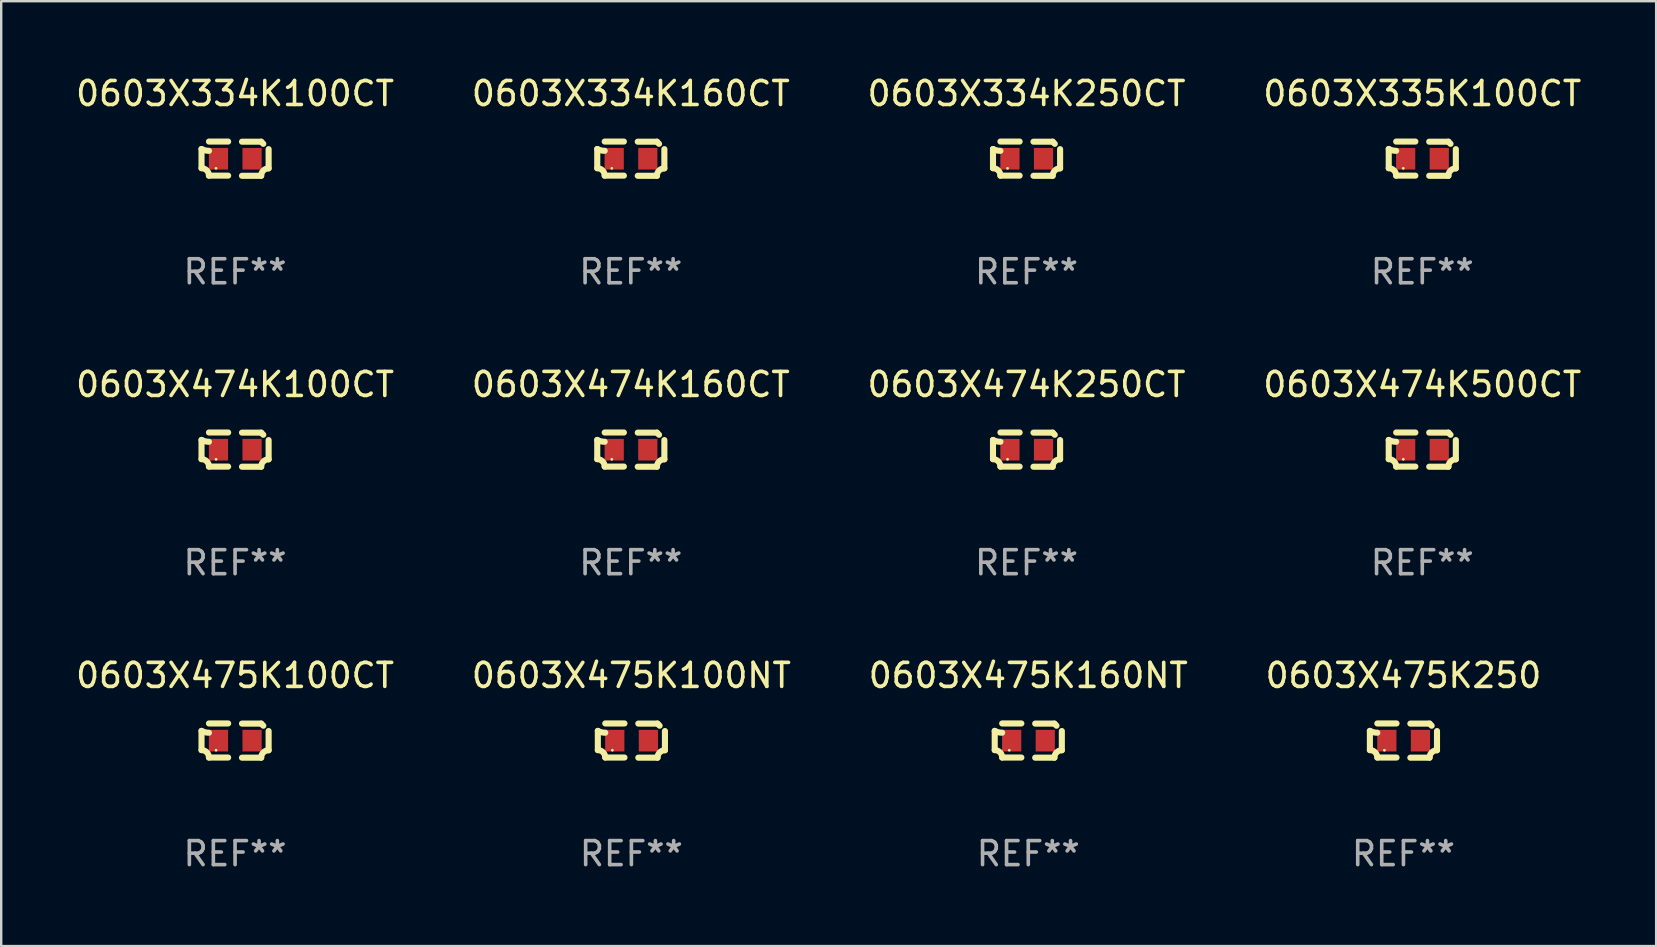
<source format=kicad_pcb>
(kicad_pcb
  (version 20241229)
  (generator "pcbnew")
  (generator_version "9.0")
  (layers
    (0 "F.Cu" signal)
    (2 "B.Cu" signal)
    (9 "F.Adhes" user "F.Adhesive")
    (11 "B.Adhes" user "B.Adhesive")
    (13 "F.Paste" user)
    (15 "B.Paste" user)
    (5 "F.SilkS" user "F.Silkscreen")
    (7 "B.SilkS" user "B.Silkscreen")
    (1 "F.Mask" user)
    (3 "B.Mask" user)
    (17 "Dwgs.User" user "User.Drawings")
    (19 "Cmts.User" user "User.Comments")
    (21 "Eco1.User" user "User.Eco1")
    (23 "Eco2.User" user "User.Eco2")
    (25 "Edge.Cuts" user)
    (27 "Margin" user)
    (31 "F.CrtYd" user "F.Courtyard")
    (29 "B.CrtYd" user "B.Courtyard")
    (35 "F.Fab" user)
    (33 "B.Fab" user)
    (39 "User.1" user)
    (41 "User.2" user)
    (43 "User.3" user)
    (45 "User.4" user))
  (footprint "0603X474K160CT"
    (layer "F.Cu")
    (at 23.232 15.683)
    (property "Reference" "0603X474K160CT" (at 0 -2.713 0) (layer "F.SilkS") (effects (font (size 1 1) (thickness 0.15))))
    (attr through_hole)
    (fp_line (start -1.398 -0.403) (end -1.398 0.397) (stroke (width 0.254) (type solid)) (layer "F.SilkS"))
    (fp_line (start -0.288 -0.713) (end -1.088 -0.713) (stroke (width 0.254) (type solid)) (layer "F.SilkS"))
    (fp_line (start -0.288 0.707) (end -1.088 0.707) (stroke (width 0.254) (type solid)) (layer "F.SilkS"))
    (fp_line (start 0.288 -0.707) (end 1.088 -0.707) (stroke (width 0.254) (type solid)) (layer "F.SilkS"))
    (fp_line (start 0.288 0.713) (end 1.088 0.713) (stroke (width 0.254) (type solid)) (layer "F.SilkS"))
    (fp_line (start 1.398 -0.397) (end 1.398 0.403) (stroke (width 0.254) (type solid)) (layer "F.SilkS"))
    (fp_arc (start -1.397789 0.397066) (mid -1.178701 0.487826) (end -1.08796 0.706922) (stroke (width 0.254001) (type solid)) (layer "F.SilkS"))
    (fp_arc (start -1.08796 -0.327176) (mid -1.247436 -0.346384) (end -1.39779 -0.402908) (stroke (width 0.254001) (type solid)) (layer "F.SilkS"))
    (fp_arc (start 1.087909 0.712738) (mid 1.178656 0.493655) (end 1.397739 0.402908) (stroke (width 0.254001) (type solid)) (layer "F.SilkS"))
    (fp_arc (start 1.175925 -0.618926) (mid 1.131917 -0.662923) (end 1.08791 -0.706922) (stroke (width 0.254001) (type solid)) (layer "F.SilkS"))
    (fp_circle (center -0.792 0.403) (end -0.762 0.403) (stroke (width 0.06) (type solid)) (fill no) (layer "F.SilkS"))
    (fp_text user "REF**" (at 0 4.713 0) (layer "F.Fab") (effects (font (size 1 1) (thickness 0.15))))
    (pad "1" smd rect (at -0.692 0.003) (size 0.8 0.9) (layers "F.Cu" "F.Mask" "F.Paste"))
    (pad "2" smd rect (at 0.708 0.003) (size 0.8 0.9) (layers "F.Cu" "F.Mask" "F.Paste")))
  (footprint "0603X334K100CT"
    (layer "F.Cu")
    (at 6.744 3.561)
    (property "Reference" "0603X334K100CT" (at 0 -2.713 0) (layer "F.SilkS") (effects (font (size 1 1) (thickness 0.15))))
    (attr through_hole)
    (fp_line (start -1.398 -0.403) (end -1.398 0.397) (stroke (width 0.254) (type solid)) (layer "F.SilkS"))
    (fp_line (start -0.288 -0.713) (end -1.088 -0.713) (stroke (width 0.254) (type solid)) (layer "F.SilkS"))
    (fp_line (start -0.288 0.707) (end -1.088 0.707) (stroke (width 0.254) (type solid)) (layer "F.SilkS"))
    (fp_line (start 0.288 -0.707) (end 1.088 -0.707) (stroke (width 0.254) (type solid)) (layer "F.SilkS"))
    (fp_line (start 0.288 0.713) (end 1.088 0.713) (stroke (width 0.254) (type solid)) (layer "F.SilkS"))
    (fp_line (start 1.398 -0.397) (end 1.398 0.403) (stroke (width 0.254) (type solid)) (layer "F.SilkS"))
    (fp_arc (start -1.397789 0.397066) (mid -1.178701 0.487826) (end -1.08796 0.706922) (stroke (width 0.254001) (type solid)) (layer "F.SilkS"))
    (fp_arc (start -1.08796 -0.327176) (mid -1.247436 -0.346384) (end -1.39779 -0.402908) (stroke (width 0.254001) (type solid)) (layer "F.SilkS"))
    (fp_arc (start 1.087909 0.712738) (mid 1.178656 0.493655) (end 1.397739 0.402908) (stroke (width 0.254001) (type solid)) (layer "F.SilkS"))
    (fp_arc (start 1.175925 -0.618926) (mid 1.131917 -0.662923) (end 1.08791 -0.706922) (stroke (width 0.254001) (type solid)) (layer "F.SilkS"))
    (fp_circle (center -0.792 0.403) (end -0.762 0.403) (stroke (width 0.06) (type solid)) (fill no) (layer "F.SilkS"))
    (fp_text user "REF**" (at 0 4.713 0) (layer "F.Fab") (effects (font (size 1 1) (thickness 0.15))))
    (pad "1" smd rect (at -0.692 0.003) (size 0.8 0.9) (layers "F.Cu" "F.Mask" "F.Paste"))
    (pad "2" smd rect (at 0.708 0.003) (size 0.8 0.9) (layers "F.Cu" "F.Mask" "F.Paste")))
  (footprint "0603X334K250CT"
    (layer "F.Cu")
    (at 39.72 3.561)
    (property "Reference" "0603X334K250CT" (at 0 -2.713 0) (layer "F.SilkS") (effects (font (size 1 1) (thickness 0.15))))
    (attr through_hole)
    (fp_line (start -1.398 -0.403) (end -1.398 0.397) (stroke (width 0.254) (type solid)) (layer "F.SilkS"))
    (fp_line (start -0.288 -0.713) (end -1.088 -0.713) (stroke (width 0.254) (type solid)) (layer "F.SilkS"))
    (fp_line (start -0.288 0.707) (end -1.088 0.707) (stroke (width 0.254) (type solid)) (layer "F.SilkS"))
    (fp_line (start 0.288 -0.707) (end 1.088 -0.707) (stroke (width 0.254) (type solid)) (layer "F.SilkS"))
    (fp_line (start 0.288 0.713) (end 1.088 0.713) (stroke (width 0.254) (type solid)) (layer "F.SilkS"))
    (fp_line (start 1.398 -0.397) (end 1.398 0.403) (stroke (width 0.254) (type solid)) (layer "F.SilkS"))
    (fp_arc (start -1.397789 0.397066) (mid -1.178701 0.487826) (end -1.08796 0.706922) (stroke (width 0.254001) (type solid)) (layer "F.SilkS"))
    (fp_arc (start -1.08796 -0.327176) (mid -1.247436 -0.346384) (end -1.39779 -0.402908) (stroke (width 0.254001) (type solid)) (layer "F.SilkS"))
    (fp_arc (start 1.087909 0.712738) (mid 1.178656 0.493655) (end 1.397739 0.402908) (stroke (width 0.254001) (type solid)) (layer "F.SilkS"))
    (fp_arc (start 1.175925 -0.618926) (mid 1.131917 -0.662923) (end 1.08791 -0.706922) (stroke (width 0.254001) (type solid)) (layer "F.SilkS"))
    (fp_circle (center -0.792 0.403) (end -0.762 0.403) (stroke (width 0.06) (type solid)) (fill no) (layer "F.SilkS"))
    (fp_text user "REF**" (at 0 4.713 0) (layer "F.Fab") (effects (font (size 1 1) (thickness 0.15))))
    (pad "1" smd rect (at -0.692 0.003) (size 0.8 0.9) (layers "F.Cu" "F.Mask" "F.Paste"))
    (pad "2" smd rect (at 0.708 0.003) (size 0.8 0.9) (layers "F.Cu" "F.Mask" "F.Paste")))
  (footprint "0603X475K100CT"
    (layer "F.Cu")
    (at 6.744 27.805)
    (property "Reference" "0603X475K100CT" (at 0 -2.713 0) (layer "F.SilkS") (effects (font (size 1 1) (thickness 0.15))))
    (attr through_hole)
    (fp_line (start -1.398 -0.403) (end -1.398 0.397) (stroke (width 0.254) (type solid)) (layer "F.SilkS"))
    (fp_line (start -0.288 -0.713) (end -1.088 -0.713) (stroke (width 0.254) (type solid)) (layer "F.SilkS"))
    (fp_line (start -0.288 0.707) (end -1.088 0.707) (stroke (width 0.254) (type solid)) (layer "F.SilkS"))
    (fp_line (start 0.288 -0.707) (end 1.088 -0.707) (stroke (width 0.254) (type solid)) (layer "F.SilkS"))
    (fp_line (start 0.288 0.713) (end 1.088 0.713) (stroke (width 0.254) (type solid)) (layer "F.SilkS"))
    (fp_line (start 1.398 -0.397) (end 1.398 0.403) (stroke (width 0.254) (type solid)) (layer "F.SilkS"))
    (fp_arc (start -1.397789 0.397066) (mid -1.178701 0.487826) (end -1.08796 0.706922) (stroke (width 0.254001) (type solid)) (layer "F.SilkS"))
    (fp_arc (start -1.08796 -0.327176) (mid -1.247436 -0.346384) (end -1.39779 -0.402908) (stroke (width 0.254001) (type solid)) (layer "F.SilkS"))
    (fp_arc (start 1.087909 0.712738) (mid 1.178656 0.493655) (end 1.397739 0.402908) (stroke (width 0.254001) (type solid)) (layer "F.SilkS"))
    (fp_arc (start 1.175925 -0.618926) (mid 1.131917 -0.662923) (end 1.08791 -0.706922) (stroke (width 0.254001) (type solid)) (layer "F.SilkS"))
    (fp_circle (center -0.792 0.403) (end -0.762 0.403) (stroke (width 0.06) (type solid)) (fill no) (layer "F.SilkS"))
    (fp_text user "REF**" (at 0 4.713 0) (layer "F.Fab") (effects (font (size 1 1) (thickness 0.15))))
    (pad "1" smd rect (at -0.692 0.003) (size 0.8 0.9) (layers "F.Cu" "F.Mask" "F.Paste"))
    (pad "2" smd rect (at 0.708 0.003) (size 0.8 0.9) (layers "F.Cu" "F.Mask" "F.Paste")))
  (footprint "0603X475K160NT"
    (layer "F.Cu")
    (at 39.792 27.805)
    (property "Reference" "0603X475K160NT" (at 0 -2.713 0) (layer "F.SilkS") (effects (font (size 1 1) (thickness 0.15))))
    (attr through_hole)
    (fp_line (start -1.398 -0.403) (end -1.398 0.397) (stroke (width 0.254) (type solid)) (layer "F.SilkS"))
    (fp_line (start -0.288 -0.713) (end -1.088 -0.713) (stroke (width 0.254) (type solid)) (layer "F.SilkS"))
    (fp_line (start -0.288 0.707) (end -1.088 0.707) (stroke (width 0.254) (type solid)) (layer "F.SilkS"))
    (fp_line (start 0.288 -0.707) (end 1.088 -0.707) (stroke (width 0.254) (type solid)) (layer "F.SilkS"))
    (fp_line (start 0.288 0.713) (end 1.088 0.713) (stroke (width 0.254) (type solid)) (layer "F.SilkS"))
    (fp_line (start 1.398 -0.397) (end 1.398 0.403) (stroke (width 0.254) (type solid)) (layer "F.SilkS"))
    (fp_arc (start -1.397789 0.397066) (mid -1.178701 0.487826) (end -1.08796 0.706922) (stroke (width 0.254001) (type solid)) (layer "F.SilkS"))
    (fp_arc (start -1.08796 -0.327176) (mid -1.247436 -0.346384) (end -1.39779 -0.402908) (stroke (width 0.254001) (type solid)) (layer "F.SilkS"))
    (fp_arc (start 1.087909 0.712738) (mid 1.178656 0.493655) (end 1.397739 0.402908) (stroke (width 0.254001) (type solid)) (layer "F.SilkS"))
    (fp_arc (start 1.175925 -0.618926) (mid 1.131917 -0.662923) (end 1.08791 -0.706922) (stroke (width 0.254001) (type solid)) (layer "F.SilkS"))
    (fp_circle (center -0.792 0.403) (end -0.762 0.403) (stroke (width 0.06) (type solid)) (fill no) (layer "F.SilkS"))
    (fp_text user "REF**" (at 0 4.713 0) (layer "F.Fab") (effects (font (size 1 1) (thickness 0.15))))
    (pad "1" smd rect (at -0.692 0.003) (size 0.8 0.9) (layers "F.Cu" "F.Mask" "F.Paste"))
    (pad "2" smd rect (at 0.708 0.003) (size 0.8 0.9) (layers "F.Cu" "F.Mask" "F.Paste")))
  (footprint "0603X474K500CT"
    (layer "F.Cu")
    (at 56.208 15.683)
    (property "Reference" "0603X474K500CT" (at 0 -2.713 0) (layer "F.SilkS") (effects (font (size 1 1) (thickness 0.15))))
    (attr through_hole)
    (fp_line (start -1.398 -0.403) (end -1.398 0.397) (stroke (width 0.254) (type solid)) (layer "F.SilkS"))
    (fp_line (start -0.288 -0.713) (end -1.088 -0.713) (stroke (width 0.254) (type solid)) (layer "F.SilkS"))
    (fp_line (start -0.288 0.707) (end -1.088 0.707) (stroke (width 0.254) (type solid)) (layer "F.SilkS"))
    (fp_line (start 0.288 -0.707) (end 1.088 -0.707) (stroke (width 0.254) (type solid)) (layer "F.SilkS"))
    (fp_line (start 0.288 0.713) (end 1.088 0.713) (stroke (width 0.254) (type solid)) (layer "F.SilkS"))
    (fp_line (start 1.398 -0.397) (end 1.398 0.403) (stroke (width 0.254) (type solid)) (layer "F.SilkS"))
    (fp_arc (start -1.397789 0.397066) (mid -1.178701 0.487826) (end -1.08796 0.706922) (stroke (width 0.254001) (type solid)) (layer "F.SilkS"))
    (fp_arc (start -1.08796 -0.327176) (mid -1.247436 -0.346384) (end -1.39779 -0.402908) (stroke (width 0.254001) (type solid)) (layer "F.SilkS"))
    (fp_arc (start 1.087909 0.712738) (mid 1.178656 0.493655) (end 1.397739 0.402908) (stroke (width 0.254001) (type solid)) (layer "F.SilkS"))
    (fp_arc (start 1.175925 -0.618926) (mid 1.131917 -0.662923) (end 1.08791 -0.706922) (stroke (width 0.254001) (type solid)) (layer "F.SilkS"))
    (fp_circle (center -0.792 0.403) (end -0.762 0.403) (stroke (width 0.06) (type solid)) (fill no) (layer "F.SilkS"))
    (fp_text user "REF**" (at 0 4.713 0) (layer "F.Fab") (effects (font (size 1 1) (thickness 0.15))))
    (pad "1" smd rect (at -0.692 0.003) (size 0.8 0.9) (layers "F.Cu" "F.Mask" "F.Paste"))
    (pad "2" smd rect (at 0.708 0.003) (size 0.8 0.9) (layers "F.Cu" "F.Mask" "F.Paste")))
  (footprint "0603X474K250CT"
    (layer "F.Cu")
    (at 39.72 15.683)
    (property "Reference" "0603X474K250CT" (at 0 -2.713 0) (layer "F.SilkS") (effects (font (size 1 1) (thickness 0.15))))
    (attr through_hole)
    (fp_line (start -1.398 -0.403) (end -1.398 0.397) (stroke (width 0.254) (type solid)) (layer "F.SilkS"))
    (fp_line (start -0.288 -0.713) (end -1.088 -0.713) (stroke (width 0.254) (type solid)) (layer "F.SilkS"))
    (fp_line (start -0.288 0.707) (end -1.088 0.707) (stroke (width 0.254) (type solid)) (layer "F.SilkS"))
    (fp_line (start 0.288 -0.707) (end 1.088 -0.707) (stroke (width 0.254) (type solid)) (layer "F.SilkS"))
    (fp_line (start 0.288 0.713) (end 1.088 0.713) (stroke (width 0.254) (type solid)) (layer "F.SilkS"))
    (fp_line (start 1.398 -0.397) (end 1.398 0.403) (stroke (width 0.254) (type solid)) (layer "F.SilkS"))
    (fp_arc (start -1.397789 0.397066) (mid -1.178701 0.487826) (end -1.08796 0.706922) (stroke (width 0.254001) (type solid)) (layer "F.SilkS"))
    (fp_arc (start -1.08796 -0.327176) (mid -1.247436 -0.346384) (end -1.39779 -0.402908) (stroke (width 0.254001) (type solid)) (layer "F.SilkS"))
    (fp_arc (start 1.087909 0.712738) (mid 1.178656 0.493655) (end 1.397739 0.402908) (stroke (width 0.254001) (type solid)) (layer "F.SilkS"))
    (fp_arc (start 1.175925 -0.618926) (mid 1.131917 -0.662923) (end 1.08791 -0.706922) (stroke (width 0.254001) (type solid)) (layer "F.SilkS"))
    (fp_circle (center -0.792 0.403) (end -0.762 0.403) (stroke (width 0.06) (type solid)) (fill no) (layer "F.SilkS"))
    (fp_text user "REF**" (at 0 4.713 0) (layer "F.Fab") (effects (font (size 1 1) (thickness 0.15))))
    (pad "1" smd rect (at -0.692 0.003) (size 0.8 0.9) (layers "F.Cu" "F.Mask" "F.Paste"))
    (pad "2" smd rect (at 0.708 0.003) (size 0.8 0.9) (layers "F.Cu" "F.Mask" "F.Paste")))
  (footprint "0603X335K100CT"
    (layer "F.Cu")
    (at 56.208 3.561)
    (property "Reference" "0603X335K100CT" (at 0 -2.713 0) (layer "F.SilkS") (effects (font (size 1 1) (thickness 0.15))))
    (attr through_hole)
    (fp_line (start -1.398 -0.403) (end -1.398 0.397) (stroke (width 0.254) (type solid)) (layer "F.SilkS"))
    (fp_line (start -0.288 -0.713) (end -1.088 -0.713) (stroke (width 0.254) (type solid)) (layer "F.SilkS"))
    (fp_line (start -0.288 0.707) (end -1.088 0.707) (stroke (width 0.254) (type solid)) (layer "F.SilkS"))
    (fp_line (start 0.288 -0.707) (end 1.088 -0.707) (stroke (width 0.254) (type solid)) (layer "F.SilkS"))
    (fp_line (start 0.288 0.713) (end 1.088 0.713) (stroke (width 0.254) (type solid)) (layer "F.SilkS"))
    (fp_line (start 1.398 -0.397) (end 1.398 0.403) (stroke (width 0.254) (type solid)) (layer "F.SilkS"))
    (fp_arc (start -1.397789 0.397066) (mid -1.178701 0.487826) (end -1.08796 0.706922) (stroke (width 0.254001) (type solid)) (layer "F.SilkS"))
    (fp_arc (start -1.08796 -0.327176) (mid -1.247436 -0.346384) (end -1.39779 -0.402908) (stroke (width 0.254001) (type solid)) (layer "F.SilkS"))
    (fp_arc (start 1.087909 0.712738) (mid 1.178656 0.493655) (end 1.397739 0.402908) (stroke (width 0.254001) (type solid)) (layer "F.SilkS"))
    (fp_arc (start 1.175925 -0.618926) (mid 1.131917 -0.662923) (end 1.08791 -0.706922) (stroke (width 0.254001) (type solid)) (layer "F.SilkS"))
    (fp_circle (center -0.792 0.403) (end -0.762 0.403) (stroke (width 0.06) (type solid)) (fill no) (layer "F.SilkS"))
    (fp_text user "REF**" (at 0 4.713 0) (layer "F.Fab") (effects (font (size 1 1) (thickness 0.15))))
    (pad "1" smd rect (at -0.692 0.003) (size 0.8 0.9) (layers "F.Cu" "F.Mask" "F.Paste"))
    (pad "2" smd rect (at 0.708 0.003) (size 0.8 0.9) (layers "F.Cu" "F.Mask" "F.Paste")))
  (footprint "0603X475K100NT"
    (layer "F.Cu")
    (at 23.256 27.805)
    (property "Reference" "0603X475K100NT" (at 0 -2.713 0) (layer "F.SilkS") (effects (font (size 1 1) (thickness 0.15))))
    (attr through_hole)
    (fp_line (start -1.398 -0.403) (end -1.398 0.397) (stroke (width 0.254) (type solid)) (layer "F.SilkS"))
    (fp_line (start -0.288 -0.713) (end -1.088 -0.713) (stroke (width 0.254) (type solid)) (layer "F.SilkS"))
    (fp_line (start -0.288 0.707) (end -1.088 0.707) (stroke (width 0.254) (type solid)) (layer "F.SilkS"))
    (fp_line (start 0.288 -0.707) (end 1.088 -0.707) (stroke (width 0.254) (type solid)) (layer "F.SilkS"))
    (fp_line (start 0.288 0.713) (end 1.088 0.713) (stroke (width 0.254) (type solid)) (layer "F.SilkS"))
    (fp_line (start 1.398 -0.397) (end 1.398 0.403) (stroke (width 0.254) (type solid)) (layer "F.SilkS"))
    (fp_arc (start -1.397789 0.397066) (mid -1.178701 0.487826) (end -1.08796 0.706922) (stroke (width 0.254001) (type solid)) (layer "F.SilkS"))
    (fp_arc (start -1.08796 -0.327176) (mid -1.247436 -0.346384) (end -1.39779 -0.402908) (stroke (width 0.254001) (type solid)) (layer "F.SilkS"))
    (fp_arc (start 1.087909 0.712738) (mid 1.178656 0.493655) (end 1.397739 0.402908) (stroke (width 0.254001) (type solid)) (layer "F.SilkS"))
    (fp_arc (start 1.175925 -0.618926) (mid 1.131917 -0.662923) (end 1.08791 -0.706922) (stroke (width 0.254001) (type solid)) (layer "F.SilkS"))
    (fp_circle (center -0.792 0.403) (end -0.762 0.403) (stroke (width 0.06) (type solid)) (fill no) (layer "F.SilkS"))
    (fp_text user "REF**" (at 0 4.713 0) (layer "F.Fab") (effects (font (size 1 1) (thickness 0.15))))
    (pad "1" smd rect (at -0.692 0.003) (size 0.8 0.9) (layers "F.Cu" "F.Mask" "F.Paste"))
    (pad "2" smd rect (at 0.708 0.003) (size 0.8 0.9) (layers "F.Cu" "F.Mask" "F.Paste")))
  (footprint "0603X475K250"
    (layer "F.Cu")
    (at 55.423 27.805)
    (property "Reference" "0603X475K250" (at 0 -2.713 0) (layer "F.SilkS") (effects (font (size 1 1) (thickness 0.15))))
    (attr through_hole)
    (fp_line (start -1.398 -0.403) (end -1.398 0.397) (stroke (width 0.254) (type solid)) (layer "F.SilkS"))
    (fp_line (start -0.288 -0.713) (end -1.088 -0.713) (stroke (width 0.254) (type solid)) (layer "F.SilkS"))
    (fp_line (start -0.288 0.707) (end -1.088 0.707) (stroke (width 0.254) (type solid)) (layer "F.SilkS"))
    (fp_line (start 0.288 -0.707) (end 1.088 -0.707) (stroke (width 0.254) (type solid)) (layer "F.SilkS"))
    (fp_line (start 0.288 0.713) (end 1.088 0.713) (stroke (width 0.254) (type solid)) (layer "F.SilkS"))
    (fp_line (start 1.398 -0.397) (end 1.398 0.403) (stroke (width 0.254) (type solid)) (layer "F.SilkS"))
    (fp_arc (start -1.397789 0.397066) (mid -1.178701 0.487826) (end -1.08796 0.706922) (stroke (width 0.254001) (type solid)) (layer "F.SilkS"))
    (fp_arc (start -1.08796 -0.327176) (mid -1.247436 -0.346384) (end -1.39779 -0.402908) (stroke (width 0.254001) (type solid)) (layer "F.SilkS"))
    (fp_arc (start 1.087909 0.712738) (mid 1.178656 0.493655) (end 1.397739 0.402908) (stroke (width 0.254001) (type solid)) (layer "F.SilkS"))
    (fp_arc (start 1.175925 -0.618926) (mid 1.131917 -0.662923) (end 1.08791 -0.706922) (stroke (width 0.254001) (type solid)) (layer "F.SilkS"))
    (fp_circle (center -0.792 0.403) (end -0.762 0.403) (stroke (width 0.06) (type solid)) (fill no) (layer "F.SilkS"))
    (fp_text user "REF**" (at 0 4.713 0) (layer "F.Fab") (effects (font (size 1 1) (thickness 0.15))))
    (pad "1" smd rect (at -0.692 0.003) (size 0.8 0.9) (layers "F.Cu" "F.Mask" "F.Paste"))
    (pad "2" smd rect (at 0.708 0.003) (size 0.8 0.9) (layers "F.Cu" "F.Mask" "F.Paste")))
  (footprint "0603X334K160CT"
    (layer "F.Cu")
    (at 23.232 3.561)
    (property "Reference" "0603X334K160CT" (at 0 -2.713 0) (layer "F.SilkS") (effects (font (size 1 1) (thickness 0.15))))
    (attr through_hole)
    (fp_line (start -1.398 -0.403) (end -1.398 0.397) (stroke (width 0.254) (type solid)) (layer "F.SilkS"))
    (fp_line (start -0.288 -0.713) (end -1.088 -0.713) (stroke (width 0.254) (type solid)) (layer "F.SilkS"))
    (fp_line (start -0.288 0.707) (end -1.088 0.707) (stroke (width 0.254) (type solid)) (layer "F.SilkS"))
    (fp_line (start 0.288 -0.707) (end 1.088 -0.707) (stroke (width 0.254) (type solid)) (layer "F.SilkS"))
    (fp_line (start 0.288 0.713) (end 1.088 0.713) (stroke (width 0.254) (type solid)) (layer "F.SilkS"))
    (fp_line (start 1.398 -0.397) (end 1.398 0.403) (stroke (width 0.254) (type solid)) (layer "F.SilkS"))
    (fp_arc (start -1.397789 0.397066) (mid -1.178701 0.487826) (end -1.08796 0.706922) (stroke (width 0.254001) (type solid)) (layer "F.SilkS"))
    (fp_arc (start -1.08796 -0.327176) (mid -1.247436 -0.346384) (end -1.39779 -0.402908) (stroke (width 0.254001) (type solid)) (layer "F.SilkS"))
    (fp_arc (start 1.087909 0.712738) (mid 1.178656 0.493655) (end 1.397739 0.402908) (stroke (width 0.254001) (type solid)) (layer "F.SilkS"))
    (fp_arc (start 1.175925 -0.618926) (mid 1.131917 -0.662923) (end 1.08791 -0.706922) (stroke (width 0.254001) (type solid)) (layer "F.SilkS"))
    (fp_circle (center -0.792 0.403) (end -0.762 0.403) (stroke (width 0.06) (type solid)) (fill no) (layer "F.SilkS"))
    (fp_text user "REF**" (at 0 4.713 0) (layer "F.Fab") (effects (font (size 1 1) (thickness 0.15))))
    (pad "1" smd rect (at -0.692 0.003) (size 0.8 0.9) (layers "F.Cu" "F.Mask" "F.Paste"))
    (pad "2" smd rect (at 0.708 0.003) (size 0.8 0.9) (layers "F.Cu" "F.Mask" "F.Paste")))
  (footprint "0603X474K100CT"
    (layer "F.Cu")
    (at 6.744 15.683)
    (property "Reference" "0603X474K100CT" (at 0 -2.713 0) (layer "F.SilkS") (effects (font (size 1 1) (thickness 0.15))))
    (attr through_hole)
    (fp_line (start -1.398 -0.403) (end -1.398 0.397) (stroke (width 0.254) (type solid)) (layer "F.SilkS"))
    (fp_line (start -0.288 -0.713) (end -1.088 -0.713) (stroke (width 0.254) (type solid)) (layer "F.SilkS"))
    (fp_line (start -0.288 0.707) (end -1.088 0.707) (stroke (width 0.254) (type solid)) (layer "F.SilkS"))
    (fp_line (start 0.288 -0.707) (end 1.088 -0.707) (stroke (width 0.254) (type solid)) (layer "F.SilkS"))
    (fp_line (start 0.288 0.713) (end 1.088 0.713) (stroke (width 0.254) (type solid)) (layer "F.SilkS"))
    (fp_line (start 1.398 -0.397) (end 1.398 0.403) (stroke (width 0.254) (type solid)) (layer "F.SilkS"))
    (fp_arc (start -1.397789 0.397066) (mid -1.178701 0.487826) (end -1.08796 0.706922) (stroke (width 0.254001) (type solid)) (layer "F.SilkS"))
    (fp_arc (start -1.08796 -0.327176) (mid -1.247436 -0.346384) (end -1.39779 -0.402908) (stroke (width 0.254001) (type solid)) (layer "F.SilkS"))
    (fp_arc (start 1.087909 0.712738) (mid 1.178656 0.493655) (end 1.397739 0.402908) (stroke (width 0.254001) (type solid)) (layer "F.SilkS"))
    (fp_arc (start 1.175925 -0.618926) (mid 1.131917 -0.662923) (end 1.08791 -0.706922) (stroke (width 0.254001) (type solid)) (layer "F.SilkS"))
    (fp_circle (center -0.792 0.403) (end -0.762 0.403) (stroke (width 0.06) (type solid)) (fill no) (layer "F.SilkS"))
    (fp_text user "REF**" (at 0 4.713 0) (layer "F.Fab") (effects (font (size 1 1) (thickness 0.15))))
    (pad "1" smd rect (at -0.692 0.003) (size 0.8 0.9) (layers "F.Cu" "F.Mask" "F.Paste"))
    (pad "2" smd rect (at 0.708 0.003) (size 0.8 0.9) (layers "F.Cu" "F.Mask" "F.Paste")))
  (gr_rect
    (start -3 -3)
    (end 65.952 36.366)
    (stroke (width 0.1) (type default))
    (fill no)
    (layer "Edge.Cuts")))
</source>
